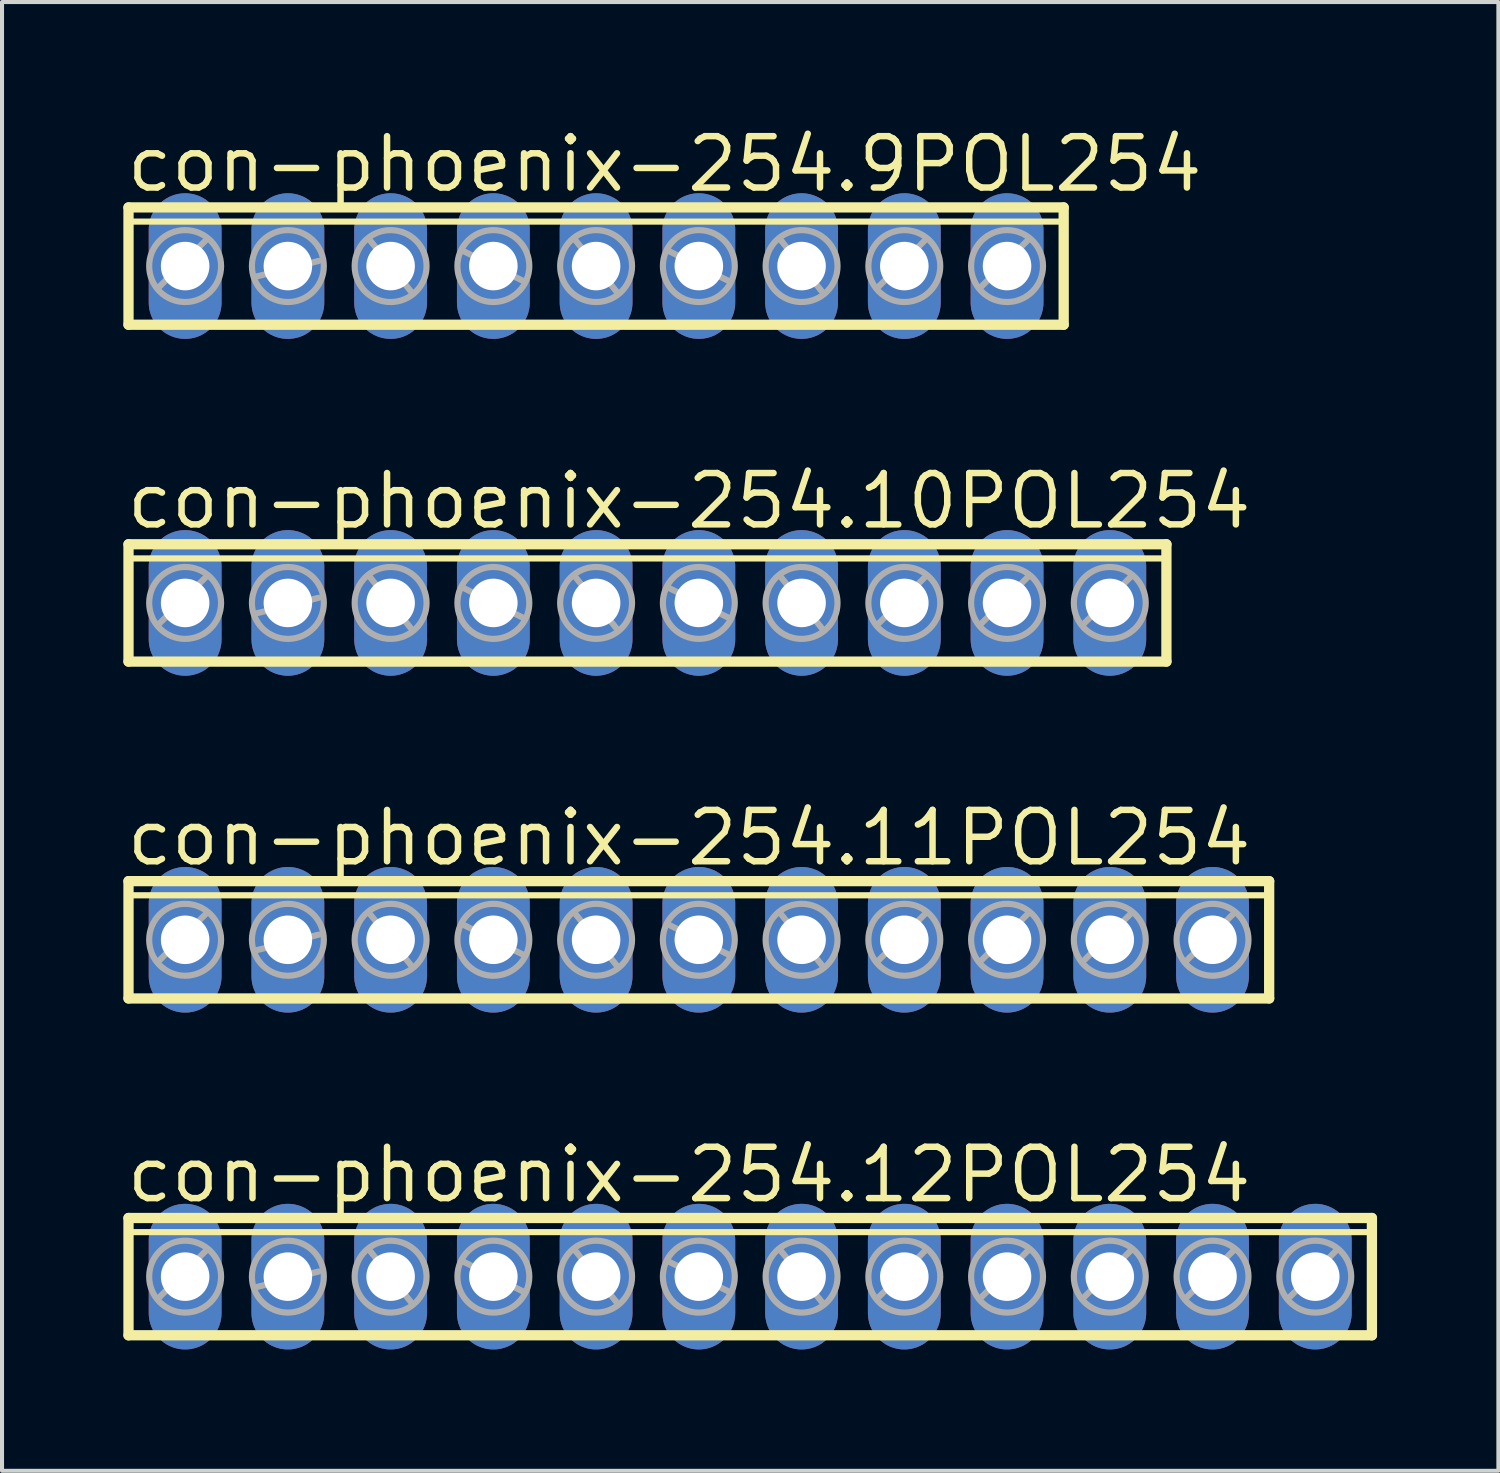
<source format=kicad_pcb>
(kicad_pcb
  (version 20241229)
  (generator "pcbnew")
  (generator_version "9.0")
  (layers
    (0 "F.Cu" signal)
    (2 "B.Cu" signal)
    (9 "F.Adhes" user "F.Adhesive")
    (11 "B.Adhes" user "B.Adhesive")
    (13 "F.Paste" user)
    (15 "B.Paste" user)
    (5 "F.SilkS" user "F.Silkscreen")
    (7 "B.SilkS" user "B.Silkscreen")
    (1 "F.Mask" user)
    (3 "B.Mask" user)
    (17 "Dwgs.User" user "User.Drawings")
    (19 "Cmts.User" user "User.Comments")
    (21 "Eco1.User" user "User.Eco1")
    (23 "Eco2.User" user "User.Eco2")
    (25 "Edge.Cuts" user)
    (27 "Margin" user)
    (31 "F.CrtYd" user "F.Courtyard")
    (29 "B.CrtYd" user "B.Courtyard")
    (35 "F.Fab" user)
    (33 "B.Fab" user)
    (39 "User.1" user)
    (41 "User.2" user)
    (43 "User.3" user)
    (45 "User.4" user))
  (footprint "con-phoenix-254.10POL254"
    (layer "F.Cu")
    (at 12.957 11.856)
    (property "Reference" "con-phoenix-254.10POL254" (at -12.954 -1.778 0) (layer "F.SilkS") (effects (font (size 1.27 1.27) (thickness 0.16)) (justify left bottom)))
    (attr through_hole)
    (fp_line (start -12.83 -1.45) (end -12.83 1.45) (stroke (width 0.254) (type default)) (layer "F.SilkS"))
    (fp_line (start -12.83 1.45) (end 12.83 1.45) (stroke (width 0.254) (type default)) (layer "F.SilkS"))
    (fp_line (start -12.72 -1.1) (end 12.72 -1.1) (stroke (width 0.152) (type default)) (layer "F.SilkS"))
    (fp_line (start 12.83 -1.45) (end -12.83 -1.45) (stroke (width 0.254) (type default)) (layer "F.SilkS"))
    (fp_line (start 12.83 1.45) (end 12.83 -1.45) (stroke (width 0.254) (type default)) (layer "F.SilkS"))
    (fp_line (start -12.065 0.508) (end -10.922 -0.635) (stroke (width 0.152) (type default)) (layer "F.Fab"))
    (fp_line (start -9.652 0.254) (end -8.128 -0.127) (stroke (width 0.152) (type default)) (layer "F.Fab"))
    (fp_line (start -6.858 -0.635) (end -5.842 0.635) (stroke (width 0.152) (type default)) (layer "F.Fab"))
    (fp_line (start -4.572 -0.381) (end -3.048 0.381) (stroke (width 0.152) (type default)) (layer "F.Fab"))
    (fp_line (start -1.778 -0.635) (end -0.762 0.635) (stroke (width 0.152) (type default)) (layer "F.Fab"))
    (fp_line (start 0.508 -0.381) (end 2.032 0.381) (stroke (width 0.152) (type default)) (layer "F.Fab"))
    (fp_line (start 3.302 -0.635) (end 4.318 0.635) (stroke (width 0.152) (type default)) (layer "F.Fab"))
    (fp_line (start 5.715 0.508) (end 6.858 -0.635) (stroke (width 0.152) (type default)) (layer "F.Fab"))
    (fp_line (start 8.255 0.508) (end 9.398 -0.635) (stroke (width 0.152) (type default)) (layer "F.Fab"))
    (fp_line (start 10.795 0.508) (end 11.938 -0.635) (stroke (width 0.152) (type default)) (layer "F.Fab"))
    (fp_circle (center -11.43 0) (end -10.541 0) (stroke (width 0.152) (type default)) (fill no) (layer "F.Fab"))
    (fp_circle (center -8.89 0) (end -8.001 0) (stroke (width 0.152) (type default)) (fill no) (layer "F.Fab"))
    (fp_circle (center -6.35 0) (end -5.461 0) (stroke (width 0.152) (type default)) (fill no) (layer "F.Fab"))
    (fp_circle (center -3.81 0) (end -2.921 0) (stroke (width 0.152) (type default)) (fill no) (layer "F.Fab"))
    (fp_circle (center -1.27 0) (end -0.381 0) (stroke (width 0.152) (type default)) (fill no) (layer "F.Fab"))
    (fp_circle (center 1.27 0) (end 2.159 0) (stroke (width 0.152) (type default)) (fill no) (layer "F.Fab"))
    (fp_circle (center 3.81 0) (end 4.699 0) (stroke (width 0.152) (type default)) (fill no) (layer "F.Fab"))
    (fp_circle (center 6.35 0) (end 7.239 0) (stroke (width 0.152) (type default)) (fill no) (layer "F.Fab"))
    (fp_circle (center 8.89 0) (end 9.779 0) (stroke (width 0.152) (type default)) (fill no) (layer "F.Fab"))
    (fp_circle (center 11.43 0) (end 12.319 0) (stroke (width 0.152) (type default)) (fill no) (layer "F.Fab"))
    (pad "1" thru_hole oval (at -11.43 0 90) (size 3.6 1.8) (drill 1.2) (layers "*.Cu" "*.Mask"))
    (pad "2" thru_hole oval (at -8.89 0 90) (size 3.6 1.8) (drill 1.2) (layers "*.Cu" "*.Mask"))
    (pad "3" thru_hole oval (at -6.35 0 90) (size 3.6 1.8) (drill 1.2) (layers "*.Cu" "*.Mask"))
    (pad "4" thru_hole oval (at -3.81 0 90) (size 3.6 1.8) (drill 1.2) (layers "*.Cu" "*.Mask"))
    (pad "5" thru_hole oval (at -1.27 0 90) (size 3.6 1.8) (drill 1.2) (layers "*.Cu" "*.Mask"))
    (pad "6" thru_hole oval (at 1.27 0 90) (size 3.6 1.8) (drill 1.2) (layers "*.Cu" "*.Mask"))
    (pad "7" thru_hole oval (at 3.81 0 90) (size 3.6 1.8) (drill 1.2) (layers "*.Cu" "*.Mask"))
    (pad "8" thru_hole oval (at 6.35 0 90) (size 3.6 1.8) (drill 1.2) (layers "*.Cu" "*.Mask"))
    (pad "9" thru_hole oval (at 8.89 0 90) (size 3.6 1.8) (drill 1.2) (layers "*.Cu" "*.Mask"))
    (pad "10" thru_hole oval (at 11.43 0 90) (size 3.6 1.8) (drill 1.2) (layers "*.Cu" "*.Mask")))
  (footprint "con-phoenix-254.11POL254"
    (layer "F.Cu")
    (at 14.227 20.184)
    (property "Reference" "con-phoenix-254.11POL254" (at -14.224 -1.778 0) (layer "F.SilkS") (effects (font (size 1.27 1.27) (thickness 0.16)) (justify left bottom)))
    (attr through_hole)
    (fp_line (start -14.1 -1.45) (end -14.1 1.45) (stroke (width 0.254) (type default)) (layer "F.SilkS"))
    (fp_line (start -14.1 1.45) (end 14.1 1.45) (stroke (width 0.254) (type default)) (layer "F.SilkS"))
    (fp_line (start -13.99 -1.1) (end 13.99 -1.1) (stroke (width 0.152) (type default)) (layer "F.SilkS"))
    (fp_line (start 14.1 -1.45) (end -14.1 -1.45) (stroke (width 0.254) (type default)) (layer "F.SilkS"))
    (fp_line (start 14.1 1.45) (end 14.1 -1.45) (stroke (width 0.254) (type default)) (layer "F.SilkS"))
    (fp_line (start -13.335 0.508) (end -12.192 -0.635) (stroke (width 0.152) (type default)) (layer "F.Fab"))
    (fp_line (start -10.922 0.254) (end -9.398 -0.127) (stroke (width 0.152) (type default)) (layer "F.Fab"))
    (fp_line (start -8.128 -0.635) (end -7.112 0.635) (stroke (width 0.152) (type default)) (layer "F.Fab"))
    (fp_line (start -5.842 -0.381) (end -4.318 0.381) (stroke (width 0.152) (type default)) (layer "F.Fab"))
    (fp_line (start -3.048 -0.635) (end -2.032 0.635) (stroke (width 0.152) (type default)) (layer "F.Fab"))
    (fp_line (start -0.762 -0.381) (end 0.762 0.381) (stroke (width 0.152) (type default)) (layer "F.Fab"))
    (fp_line (start 2.032 -0.635) (end 3.048 0.635) (stroke (width 0.152) (type default)) (layer "F.Fab"))
    (fp_line (start 4.445 0.508) (end 5.588 -0.635) (stroke (width 0.152) (type default)) (layer "F.Fab"))
    (fp_line (start 6.985 0.508) (end 8.128 -0.635) (stroke (width 0.152) (type default)) (layer "F.Fab"))
    (fp_line (start 9.525 0.508) (end 10.668 -0.635) (stroke (width 0.152) (type default)) (layer "F.Fab"))
    (fp_line (start 12.065 0.508) (end 13.208 -0.635) (stroke (width 0.152) (type default)) (layer "F.Fab"))
    (fp_circle (center -12.7 0) (end -11.811 0) (stroke (width 0.152) (type default)) (fill no) (layer "F.Fab"))
    (fp_circle (center -10.16 0) (end -9.271 0) (stroke (width 0.152) (type default)) (fill no) (layer "F.Fab"))
    (fp_circle (center -7.62 0) (end -6.731 0) (stroke (width 0.152) (type default)) (fill no) (layer "F.Fab"))
    (fp_circle (center -5.08 0) (end -4.191 0) (stroke (width 0.152) (type default)) (fill no) (layer "F.Fab"))
    (fp_circle (center -2.54 0) (end -1.651 0) (stroke (width 0.152) (type default)) (fill no) (layer "F.Fab"))
    (fp_circle (center 0 0) (end 0.889 0) (stroke (width 0.152) (type default)) (fill no) (layer "F.Fab"))
    (fp_circle (center 2.54 0) (end 3.429 0) (stroke (width 0.152) (type default)) (fill no) (layer "F.Fab"))
    (fp_circle (center 5.08 0) (end 5.969 0) (stroke (width 0.152) (type default)) (fill no) (layer "F.Fab"))
    (fp_circle (center 7.62 0) (end 8.509 0) (stroke (width 0.152) (type default)) (fill no) (layer "F.Fab"))
    (fp_circle (center 10.16 0) (end 11.049 0) (stroke (width 0.152) (type default)) (fill no) (layer "F.Fab"))
    (fp_circle (center 12.7 0) (end 13.589 0) (stroke (width 0.152) (type default)) (fill no) (layer "F.Fab"))
    (pad "1" thru_hole oval (at -12.7 0 90) (size 3.6 1.8) (drill 1.2) (layers "*.Cu" "*.Mask"))
    (pad "2" thru_hole oval (at -10.16 0 90) (size 3.6 1.8) (drill 1.2) (layers "*.Cu" "*.Mask"))
    (pad "3" thru_hole oval (at -7.62 0 90) (size 3.6 1.8) (drill 1.2) (layers "*.Cu" "*.Mask"))
    (pad "4" thru_hole oval (at -5.08 0 90) (size 3.6 1.8) (drill 1.2) (layers "*.Cu" "*.Mask"))
    (pad "5" thru_hole oval (at -2.54 0 90) (size 3.6 1.8) (drill 1.2) (layers "*.Cu" "*.Mask"))
    (pad "6" thru_hole oval (at 0 0 90) (size 3.6 1.8) (drill 1.2) (layers "*.Cu" "*.Mask"))
    (pad "7" thru_hole oval (at 2.54 0 90) (size 3.6 1.8) (drill 1.2) (layers "*.Cu" "*.Mask"))
    (pad "8" thru_hole oval (at 5.08 0 90) (size 3.6 1.8) (drill 1.2) (layers "*.Cu" "*.Mask"))
    (pad "9" thru_hole oval (at 7.62 0 90) (size 3.6 1.8) (drill 1.2) (layers "*.Cu" "*.Mask"))
    (pad "10" thru_hole oval (at 10.16 0 90) (size 3.6 1.8) (drill 1.2) (layers "*.Cu" "*.Mask"))
    (pad "11" thru_hole oval (at 12.7 0 90) (size 3.6 1.8) (drill 1.2) (layers "*.Cu" "*.Mask")))
  (footprint "con-phoenix-254.9POL254"
    (layer "F.Cu")
    (at 11.687 3.528)
    (property "Reference" "con-phoenix-254.9POL254" (at -11.684 -1.778 0) (layer "F.SilkS") (effects (font (size 1.27 1.27) (thickness 0.16)) (justify left bottom)))
    (attr through_hole)
    (fp_line (start -11.56 -1.45) (end -11.56 1.45) (stroke (width 0.254) (type default)) (layer "F.SilkS"))
    (fp_line (start -11.56 1.45) (end 11.56 1.45) (stroke (width 0.254) (type default)) (layer "F.SilkS"))
    (fp_line (start -11.45 -1.1) (end 11.45 -1.1) (stroke (width 0.152) (type default)) (layer "F.SilkS"))
    (fp_line (start 11.56 -1.45) (end -11.56 -1.45) (stroke (width 0.254) (type default)) (layer "F.SilkS"))
    (fp_line (start 11.56 1.45) (end 11.56 -1.45) (stroke (width 0.254) (type default)) (layer "F.SilkS"))
    (fp_line (start -10.795 0.508) (end -9.652 -0.635) (stroke (width 0.152) (type default)) (layer "F.Fab"))
    (fp_line (start -8.382 0.254) (end -6.858 -0.127) (stroke (width 0.152) (type default)) (layer "F.Fab"))
    (fp_line (start -5.588 -0.635) (end -4.572 0.635) (stroke (width 0.152) (type default)) (layer "F.Fab"))
    (fp_line (start -3.302 -0.381) (end -1.778 0.381) (stroke (width 0.152) (type default)) (layer "F.Fab"))
    (fp_line (start -0.508 -0.635) (end 0.508 0.635) (stroke (width 0.152) (type default)) (layer "F.Fab"))
    (fp_line (start 1.778 -0.381) (end 3.302 0.381) (stroke (width 0.152) (type default)) (layer "F.Fab"))
    (fp_line (start 4.572 -0.635) (end 5.588 0.635) (stroke (width 0.152) (type default)) (layer "F.Fab"))
    (fp_line (start 6.985 0.508) (end 8.128 -0.635) (stroke (width 0.152) (type default)) (layer "F.Fab"))
    (fp_line (start 9.525 0.508) (end 10.668 -0.635) (stroke (width 0.152) (type default)) (layer "F.Fab"))
    (fp_circle (center -10.16 0) (end -9.271 0) (stroke (width 0.152) (type default)) (fill no) (layer "F.Fab"))
    (fp_circle (center -7.62 0) (end -6.731 0) (stroke (width 0.152) (type default)) (fill no) (layer "F.Fab"))
    (fp_circle (center -5.08 0) (end -4.191 0) (stroke (width 0.152) (type default)) (fill no) (layer "F.Fab"))
    (fp_circle (center -2.54 0) (end -1.651 0) (stroke (width 0.152) (type default)) (fill no) (layer "F.Fab"))
    (fp_circle (center 0 0) (end 0.889 0) (stroke (width 0.152) (type default)) (fill no) (layer "F.Fab"))
    (fp_circle (center 2.54 0) (end 3.429 0) (stroke (width 0.152) (type default)) (fill no) (layer "F.Fab"))
    (fp_circle (center 5.08 0) (end 5.969 0) (stroke (width 0.152) (type default)) (fill no) (layer "F.Fab"))
    (fp_circle (center 7.62 0) (end 8.509 0) (stroke (width 0.152) (type default)) (fill no) (layer "F.Fab"))
    (fp_circle (center 10.16 0) (end 11.049 0) (stroke (width 0.152) (type default)) (fill no) (layer "F.Fab"))
    (pad "1" thru_hole oval (at -10.16 0 90) (size 3.6 1.8) (drill 1.2) (layers "*.Cu" "*.Mask"))
    (pad "2" thru_hole oval (at -7.62 0 90) (size 3.6 1.8) (drill 1.2) (layers "*.Cu" "*.Mask"))
    (pad "3" thru_hole oval (at -5.08 0 90) (size 3.6 1.8) (drill 1.2) (layers "*.Cu" "*.Mask"))
    (pad "4" thru_hole oval (at -2.54 0 90) (size 3.6 1.8) (drill 1.2) (layers "*.Cu" "*.Mask"))
    (pad "5" thru_hole oval (at 0 0 90) (size 3.6 1.8) (drill 1.2) (layers "*.Cu" "*.Mask"))
    (pad "6" thru_hole oval (at 2.54 0 90) (size 3.6 1.8) (drill 1.2) (layers "*.Cu" "*.Mask"))
    (pad "7" thru_hole oval (at 5.08 0 90) (size 3.6 1.8) (drill 1.2) (layers "*.Cu" "*.Mask"))
    (pad "8" thru_hole oval (at 7.62 0 90) (size 3.6 1.8) (drill 1.2) (layers "*.Cu" "*.Mask"))
    (pad "9" thru_hole oval (at 10.16 0 90) (size 3.6 1.8) (drill 1.2) (layers "*.Cu" "*.Mask")))
  (footprint "con-phoenix-254.12POL254"
    (layer "F.Cu")
    (at 15.497 28.512)
    (property "Reference" "con-phoenix-254.12POL254" (at -15.494 -1.778 0) (layer "F.SilkS") (effects (font (size 1.27 1.27) (thickness 0.16)) (justify left bottom)))
    (attr through_hole)
    (fp_line (start -15.37 -1.45) (end -15.37 1.45) (stroke (width 0.254) (type default)) (layer "F.SilkS"))
    (fp_line (start -15.37 1.45) (end 15.37 1.45) (stroke (width 0.254) (type default)) (layer "F.SilkS"))
    (fp_line (start -15.26 -1.1) (end 15.26 -1.1) (stroke (width 0.152) (type default)) (layer "F.SilkS"))
    (fp_line (start 15.37 -1.45) (end -15.37 -1.45) (stroke (width 0.254) (type default)) (layer "F.SilkS"))
    (fp_line (start 15.37 1.45) (end 15.37 -1.45) (stroke (width 0.254) (type default)) (layer "F.SilkS"))
    (fp_line (start -14.605 0.508) (end -13.462 -0.635) (stroke (width 0.152) (type default)) (layer "F.Fab"))
    (fp_line (start -12.192 0.254) (end -10.668 -0.127) (stroke (width 0.152) (type default)) (layer "F.Fab"))
    (fp_line (start -9.398 -0.635) (end -8.382 0.635) (stroke (width 0.152) (type default)) (layer "F.Fab"))
    (fp_line (start -7.112 -0.381) (end -5.588 0.381) (stroke (width 0.152) (type default)) (layer "F.Fab"))
    (fp_line (start -4.318 -0.635) (end -3.302 0.635) (stroke (width 0.152) (type default)) (layer "F.Fab"))
    (fp_line (start -2.032 -0.381) (end -0.508 0.381) (stroke (width 0.152) (type default)) (layer "F.Fab"))
    (fp_line (start 0.762 -0.635) (end 1.778 0.635) (stroke (width 0.152) (type default)) (layer "F.Fab"))
    (fp_line (start 3.175 0.508) (end 4.318 -0.635) (stroke (width 0.152) (type default)) (layer "F.Fab"))
    (fp_line (start 5.715 0.508) (end 6.858 -0.635) (stroke (width 0.152) (type default)) (layer "F.Fab"))
    (fp_line (start 8.255 0.508) (end 9.398 -0.635) (stroke (width 0.152) (type default)) (layer "F.Fab"))
    (fp_line (start 10.795 0.508) (end 11.938 -0.635) (stroke (width 0.152) (type default)) (layer "F.Fab"))
    (fp_line (start 13.335 0.508) (end 14.478 -0.635) (stroke (width 0.152) (type default)) (layer "F.Fab"))
    (fp_circle (center -13.97 0) (end -13.081 0) (stroke (width 0.152) (type default)) (fill no) (layer "F.Fab"))
    (fp_circle (center -11.43 0) (end -10.541 0) (stroke (width 0.152) (type default)) (fill no) (layer "F.Fab"))
    (fp_circle (center -8.89 0) (end -8.001 0) (stroke (width 0.152) (type default)) (fill no) (layer "F.Fab"))
    (fp_circle (center -6.35 0) (end -5.461 0) (stroke (width 0.152) (type default)) (fill no) (layer "F.Fab"))
    (fp_circle (center -3.81 0) (end -2.921 0) (stroke (width 0.152) (type default)) (fill no) (layer "F.Fab"))
    (fp_circle (center -1.27 0) (end -0.381 0) (stroke (width 0.152) (type default)) (fill no) (layer "F.Fab"))
    (fp_circle (center 1.27 0) (end 2.159 0) (stroke (width 0.152) (type default)) (fill no) (layer "F.Fab"))
    (fp_circle (center 3.81 0) (end 4.699 0) (stroke (width 0.152) (type default)) (fill no) (layer "F.Fab"))
    (fp_circle (center 6.35 0) (end 7.239 0) (stroke (width 0.152) (type default)) (fill no) (layer "F.Fab"))
    (fp_circle (center 8.89 0) (end 9.779 0) (stroke (width 0.152) (type default)) (fill no) (layer "F.Fab"))
    (fp_circle (center 11.43 0) (end 12.319 0) (stroke (width 0.152) (type default)) (fill no) (layer "F.Fab"))
    (fp_circle (center 13.97 0) (end 14.859 0) (stroke (width 0.152) (type default)) (fill no) (layer "F.Fab"))
    (pad "1" thru_hole oval (at -13.97 0 90) (size 3.6 1.8) (drill 1.2) (layers "*.Cu" "*.Mask"))
    (pad "2" thru_hole oval (at -11.43 0 90) (size 3.6 1.8) (drill 1.2) (layers "*.Cu" "*.Mask"))
    (pad "3" thru_hole oval (at -8.89 0 90) (size 3.6 1.8) (drill 1.2) (layers "*.Cu" "*.Mask"))
    (pad "4" thru_hole oval (at -6.35 0 90) (size 3.6 1.8) (drill 1.2) (layers "*.Cu" "*.Mask"))
    (pad "5" thru_hole oval (at -3.81 0 90) (size 3.6 1.8) (drill 1.2) (layers "*.Cu" "*.Mask"))
    (pad "6" thru_hole oval (at -1.27 0 90) (size 3.6 1.8) (drill 1.2) (layers "*.Cu" "*.Mask"))
    (pad "7" thru_hole oval (at 1.27 0 90) (size 3.6 1.8) (drill 1.2) (layers "*.Cu" "*.Mask"))
    (pad "8" thru_hole oval (at 3.81 0 90) (size 3.6 1.8) (drill 1.2) (layers "*.Cu" "*.Mask"))
    (pad "9" thru_hole oval (at 6.35 0 90) (size 3.6 1.8) (drill 1.2) (layers "*.Cu" "*.Mask"))
    (pad "10" thru_hole oval (at 8.89 0 90) (size 3.6 1.8) (drill 1.2) (layers "*.Cu" "*.Mask"))
    (pad "11" thru_hole oval (at 11.43 0 90) (size 3.6 1.8) (drill 1.2) (layers "*.Cu" "*.Mask"))
    (pad "12" thru_hole oval (at 13.97 0 90) (size 3.6 1.8) (drill 1.2) (layers "*.Cu" "*.Mask")))
  (gr_rect
    (start -3 -3)
    (end 33.994 33.312)
    (stroke (width 0.1) (type default))
    (fill no)
    (layer "Edge.Cuts")))
</source>
